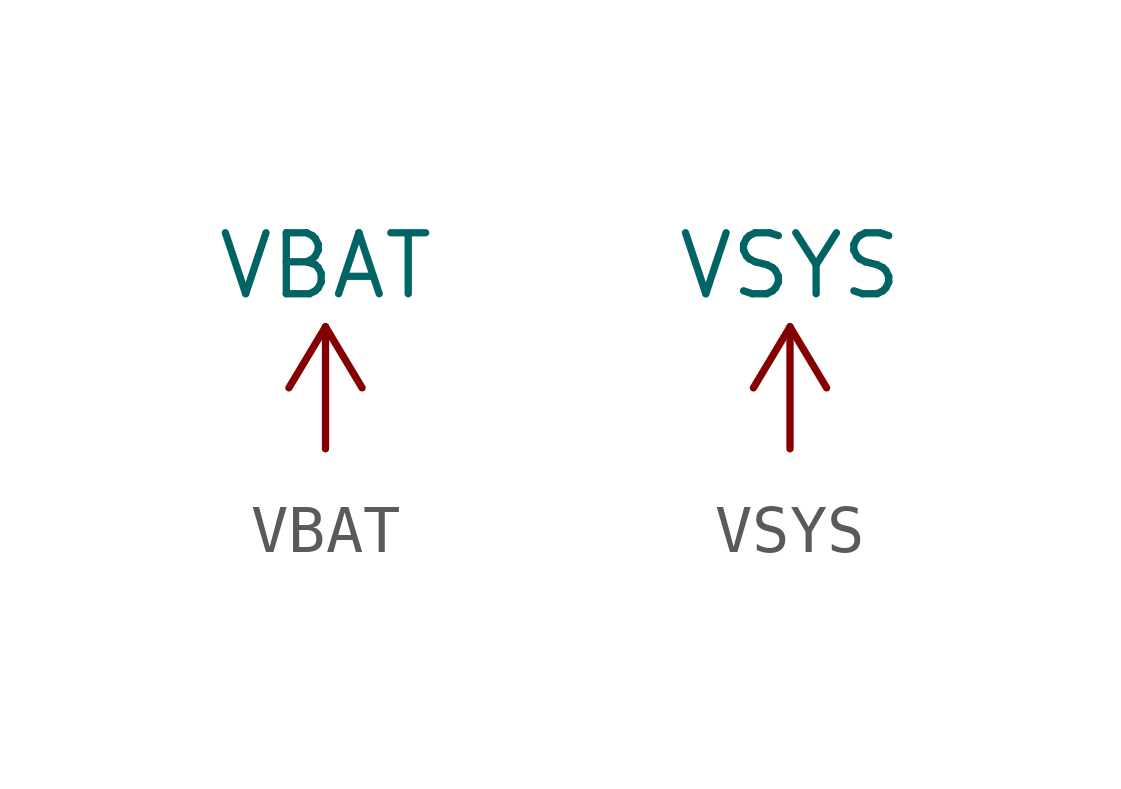
<source format=kicad_sym>
(kicad_symbol_lib
  (version 20220914)
  (generator kicad_symbol_editor)
  (symbol "VBAT"
    (power)
    (pin_names
      (offset 0))
    (property "Reference" "#PWR"
      (at 0 -3.81 0)
      (effects (font (size 1.27 1.27)) hide))
    (property "Value" "VBAT"
      (at 0 3.81 0)
      (effects (font (size 1.27 1.27))))
    (symbol "VBAT_0_1"
      (polyline (pts (xy -0.762 1.27) (xy 0 2.54)) (stroke (width 0) (type default)) (fill (type none)))
      (polyline (pts (xy 0 0) (xy 0 2.54)) (stroke (width 0) (type default)) (fill (type none)))
      (polyline (pts (xy 0 2.54) (xy 0.762 1.27)) (stroke (width 0) (type default)) (fill (type none))))
    (symbol "VBAT_1_1"
      (pin power_out line (at 0 0 90) (length 0) hide (name "VBAT" (effects (font (size 1.27 1.27)))) (number "1" (effects (font (size 1.27 1.27)))))))
  (symbol "VSYS"
    (power)
    (pin_names
      (offset 0))
    (property "Reference" "#PWR"
      (at 0 -3.81 0)
      (effects (font (size 1.27 1.27)) hide))
    (property "Value" "VSYS"
      (at 0 3.81 0)
      (effects (font (size 1.27 1.27))))
    (symbol "VSYS_0_1"
      (polyline (pts (xy -0.762 1.27) (xy 0 2.54)) (stroke (width 0) (type default)) (fill (type none)))
      (polyline (pts (xy 0 0) (xy 0 2.54)) (stroke (width 0) (type default)) (fill (type none)))
      (polyline (pts (xy 0 2.54) (xy 0.762 1.27)) (stroke (width 0) (type default)) (fill (type none))))
    (symbol "VSYS_1_1"
      (pin power_out line (at 0 0 90) (length 0) hide (name "VBAT" (effects (font (size 1.27 1.27)))) (number "1" (effects (font (size 1.27 1.27))))))))
</source>
